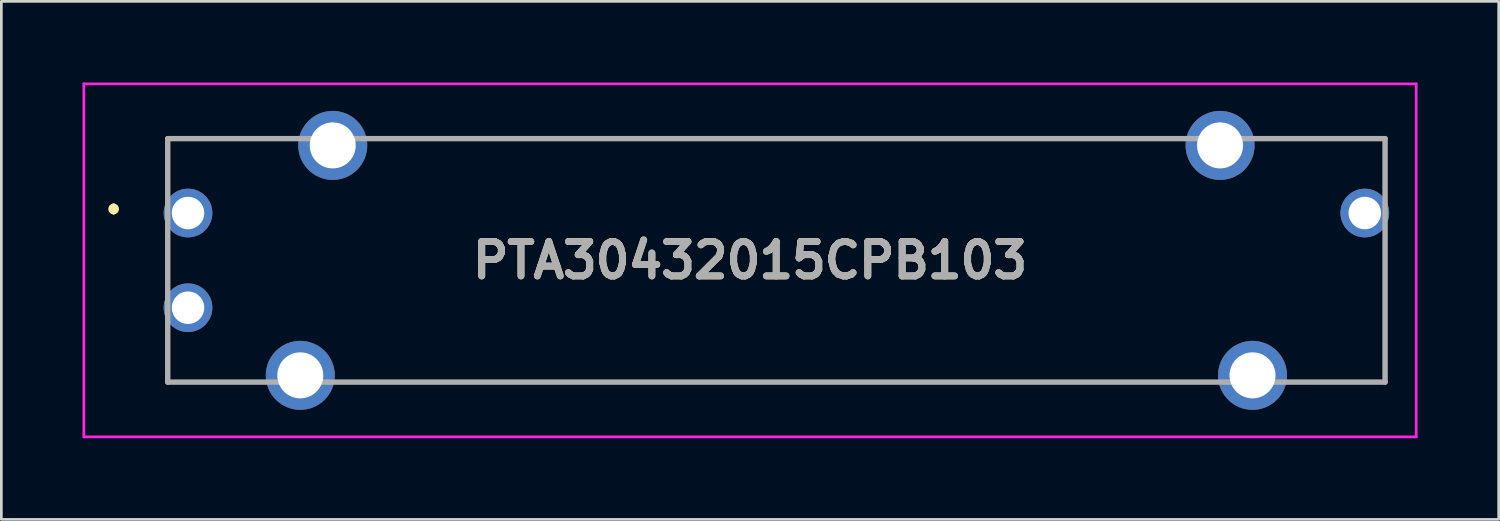
<source format=kicad_pcb>
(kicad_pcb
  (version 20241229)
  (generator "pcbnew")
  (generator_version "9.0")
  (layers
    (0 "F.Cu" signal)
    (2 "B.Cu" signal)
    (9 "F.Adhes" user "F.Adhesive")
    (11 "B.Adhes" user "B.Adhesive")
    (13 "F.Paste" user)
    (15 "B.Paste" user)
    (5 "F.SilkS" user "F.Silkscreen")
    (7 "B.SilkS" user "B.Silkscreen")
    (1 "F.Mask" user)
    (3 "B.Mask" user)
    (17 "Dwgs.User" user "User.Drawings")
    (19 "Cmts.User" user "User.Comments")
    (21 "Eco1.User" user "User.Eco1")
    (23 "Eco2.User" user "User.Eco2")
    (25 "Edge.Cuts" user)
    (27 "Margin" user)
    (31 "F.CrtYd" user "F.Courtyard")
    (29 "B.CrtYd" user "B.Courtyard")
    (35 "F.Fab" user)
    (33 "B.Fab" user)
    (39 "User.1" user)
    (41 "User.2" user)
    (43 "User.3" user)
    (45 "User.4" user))
  (footprint "PTA30432015CPB103"
    (layer "F.Cu")
    (at 3.9 4.825)
    (property "Reference" "PTA30432015CPB103" (at 20.775 1.75 0) (layer "F.SilkS") (effects (font (size 1.27 1.27) (thickness 0.254))))
    (attr through_hole)
    (fp_line (start -2.75 -0.25) (end -2.75 -0.25) (stroke (width 0.2) (type solid)) (layer "F.SilkS"))
    (fp_line (start -2.75 -0.05) (end -2.75 -0.05) (stroke (width 0.2) (type solid)) (layer "F.SilkS"))
    (fp_line (start -0.75 -2.75) (end 3.25 -2.75) (stroke (width 0.1) (type solid)) (layer "F.SilkS"))
    (fp_line (start -0.75 -1.25) (end -0.75 -2.75) (stroke (width 0.1) (type solid)) (layer "F.SilkS"))
    (fp_line (start -0.75 4.75) (end -0.75 6.25) (stroke (width 0.1) (type solid)) (layer "F.SilkS"))
    (fp_line (start -0.75 6.25) (end 2.25 6.25) (stroke (width 0.1) (type solid)) (layer "F.SilkS"))
    (fp_line (start 6.25 6.25) (end 37.25 6.25) (stroke (width 0.1) (type solid)) (layer "F.SilkS"))
    (fp_line (start 7.25 -2.75) (end 36.25 -2.75) (stroke (width 0.1) (type solid)) (layer "F.SilkS"))
    (fp_line (start 40.25 -2.75) (end 44.25 -2.75) (stroke (width 0.1) (type solid)) (layer "F.SilkS"))
    (fp_line (start 41.25 6.25) (end 44.25 6.25) (stroke (width 0.1) (type solid)) (layer "F.SilkS"))
    (fp_line (start 44.25 -2.75) (end 44.25 -1.25) (stroke (width 0.1) (type solid)) (layer "F.SilkS"))
    (fp_line (start 44.25 6.25) (end 44.25 1.25) (stroke (width 0.1) (type solid)) (layer "F.SilkS"))
    (fp_arc (start -2.75 -0.25) (mid -2.65 -0.15) (end -2.75 -0.05) (stroke (width 0.2) (type solid)) (layer "F.SilkS"))
    (fp_arc (start -2.75 -0.05) (mid -2.85 -0.15) (end -2.75 -0.25) (stroke (width 0.2) (type solid)) (layer "F.SilkS"))
    (fp_line (start -3.85 -4.775) (end 45.4 -4.775) (stroke (width 0.1) (type solid)) (layer "F.CrtYd"))
    (fp_line (start -3.85 8.275) (end -3.85 -4.775) (stroke (width 0.1) (type solid)) (layer "F.CrtYd"))
    (fp_line (start 45.4 -4.775) (end 45.4 8.275) (stroke (width 0.1) (type solid)) (layer "F.CrtYd"))
    (fp_line (start 45.4 8.275) (end -3.85 8.275) (stroke (width 0.1) (type solid)) (layer "F.CrtYd"))
    (fp_line (start -0.75 -2.75) (end 44.25 -2.75) (stroke (width 0.2) (type solid)) (layer "F.Fab"))
    (fp_line (start -0.75 6.25) (end -0.75 -2.75) (stroke (width 0.2) (type solid)) (layer "F.Fab"))
    (fp_line (start 44.25 -2.75) (end 44.25 6.25) (stroke (width 0.2) (type solid)) (layer "F.Fab"))
    (fp_line (start 44.25 6.25) (end -0.75 6.25) (stroke (width 0.2) (type solid)) (layer "F.Fab"))
    (fp_text user "${REFERENCE}" (at 20.775 1.75 0) (layer "F.Fab") (effects (font (size 1.27 1.27) (thickness 0.254))))
    (pad "1" thru_hole circle (at 0 0) (size 1.8 1.8) (drill 1.2) (layers "*.Cu" "*.Mask"))
    (pad "2" thru_hole circle (at 0 3.5) (size 1.8 1.8) (drill 1.2) (layers "*.Cu" "*.Mask"))
    (pad "3" thru_hole circle (at 43.5 0) (size 1.8 1.8) (drill 1.2) (layers "*.Cu" "*.Mask"))
    (pad "MH1" thru_hole circle (at 5.35 -2.5) (size 2.55 2.55) (drill 1.7) (layers "*.Cu" "*.Mask"))
    (pad "MH2" thru_hole circle (at 38.15 -2.5) (size 2.55 2.55) (drill 1.7) (layers "*.Cu" "*.Mask"))
    (pad "MH3" thru_hole circle (at 39.35 6) (size 2.55 2.55) (drill 1.7) (layers "*.Cu" "*.Mask"))
    (pad "MH4" thru_hole circle (at 4.15 6) (size 2.55 2.55) (drill 1.7) (layers "*.Cu" "*.Mask")))
  (gr_rect
    (start -3 -3)
    (end 52.35 16.15)
    (stroke (width 0.1) (type default))
    (fill no)
    (layer "Edge.Cuts")))
</source>
